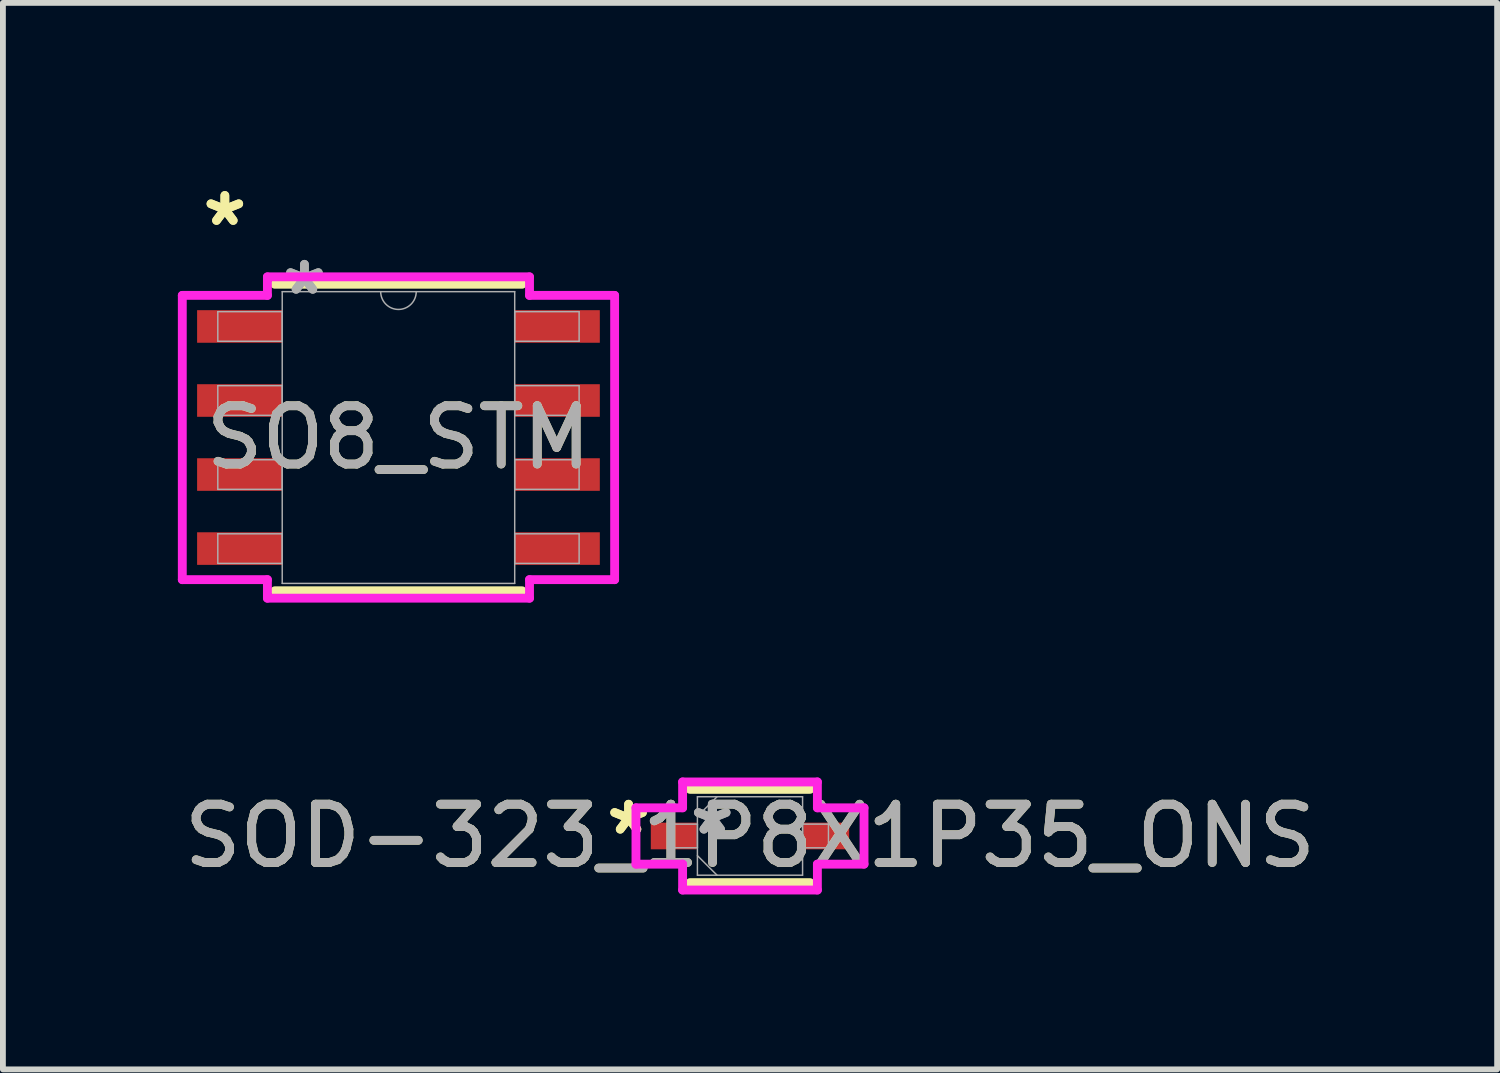
<source format=kicad_pcb>
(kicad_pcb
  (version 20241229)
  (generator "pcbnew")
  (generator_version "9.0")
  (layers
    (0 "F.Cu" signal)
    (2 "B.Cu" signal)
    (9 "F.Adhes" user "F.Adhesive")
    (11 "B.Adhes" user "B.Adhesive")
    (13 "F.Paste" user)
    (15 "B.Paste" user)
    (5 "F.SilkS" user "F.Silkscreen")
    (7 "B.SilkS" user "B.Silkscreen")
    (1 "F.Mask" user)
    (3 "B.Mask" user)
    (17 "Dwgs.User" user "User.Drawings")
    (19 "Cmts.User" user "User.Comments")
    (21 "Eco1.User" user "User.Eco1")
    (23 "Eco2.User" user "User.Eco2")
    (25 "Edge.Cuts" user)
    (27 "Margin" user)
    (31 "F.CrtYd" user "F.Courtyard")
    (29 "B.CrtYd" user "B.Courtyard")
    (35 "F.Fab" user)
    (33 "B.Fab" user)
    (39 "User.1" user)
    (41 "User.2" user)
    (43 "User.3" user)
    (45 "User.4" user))
  (footprint "SO8_STM"
    (layer "F.Cu")
    (at 3.785 4.455)
    (property "Reference" "SO8_STM" (at 0 0 0) (unlocked yes) (layer "F.SilkS") (effects (font (size 1 1) (thickness 0.15))))
    (attr smd)
    (fp_line (start -2.121 2.629) (end 2.121 2.629) (stroke (width 0.152) (type solid)) (layer "F.SilkS"))
    (fp_line (start 2.121 -2.629) (end -2.121 -2.629) (stroke (width 0.152) (type solid)) (layer "F.SilkS"))
    (fp_line (start -3.708 -2.438) (end -2.248 -2.438) (stroke (width 0.152) (type solid)) (layer "F.CrtYd"))
    (fp_line (start -3.708 2.438) (end -3.708 -2.438) (stroke (width 0.152) (type solid)) (layer "F.CrtYd"))
    (fp_line (start -3.708 2.438) (end -2.248 2.438) (stroke (width 0.152) (type solid)) (layer "F.CrtYd"))
    (fp_line (start -2.248 -2.756) (end 2.248 -2.756) (stroke (width 0.152) (type solid)) (layer "F.CrtYd"))
    (fp_line (start -2.248 -2.438) (end -2.248 -2.756) (stroke (width 0.152) (type solid)) (layer "F.CrtYd"))
    (fp_line (start -2.248 2.756) (end -2.248 2.438) (stroke (width 0.152) (type solid)) (layer "F.CrtYd"))
    (fp_line (start 2.248 -2.756) (end 2.248 -2.438) (stroke (width 0.152) (type solid)) (layer "F.CrtYd"))
    (fp_line (start 2.248 2.438) (end 2.248 2.756) (stroke (width 0.152) (type solid)) (layer "F.CrtYd"))
    (fp_line (start 2.248 2.756) (end -2.248 2.756) (stroke (width 0.152) (type solid)) (layer "F.CrtYd"))
    (fp_line (start 3.708 -2.438) (end 2.248 -2.438) (stroke (width 0.152) (type solid)) (layer "F.CrtYd"))
    (fp_line (start 3.708 -2.438) (end 3.708 2.438) (stroke (width 0.152) (type solid)) (layer "F.CrtYd"))
    (fp_line (start 3.708 2.438) (end 2.248 2.438) (stroke (width 0.152) (type solid)) (layer "F.CrtYd"))
    (fp_line (start -3.099 -2.159) (end -3.099 -1.651) (stroke (width 0.025) (type solid)) (layer "F.Fab"))
    (fp_line (start -3.099 -1.651) (end -1.994 -1.651) (stroke (width 0.025) (type solid)) (layer "F.Fab"))
    (fp_line (start -3.099 -0.889) (end -3.099 -0.381) (stroke (width 0.025) (type solid)) (layer "F.Fab"))
    (fp_line (start -3.099 -0.381) (end -1.994 -0.381) (stroke (width 0.025) (type solid)) (layer "F.Fab"))
    (fp_line (start -3.099 0.381) (end -3.099 0.889) (stroke (width 0.025) (type solid)) (layer "F.Fab"))
    (fp_line (start -3.099 0.889) (end -1.994 0.889) (stroke (width 0.025) (type solid)) (layer "F.Fab"))
    (fp_line (start -3.099 1.651) (end -3.099 2.159) (stroke (width 0.025) (type solid)) (layer "F.Fab"))
    (fp_line (start -3.099 2.159) (end -1.994 2.159) (stroke (width 0.025) (type solid)) (layer "F.Fab"))
    (fp_line (start -1.994 -2.502) (end -1.994 2.502) (stroke (width 0.025) (type solid)) (layer "F.Fab"))
    (fp_line (start -1.994 -2.159) (end -3.099 -2.159) (stroke (width 0.025) (type solid)) (layer "F.Fab"))
    (fp_line (start -1.994 -1.651) (end -1.994 -2.159) (stroke (width 0.025) (type solid)) (layer "F.Fab"))
    (fp_line (start -1.994 -0.889) (end -3.099 -0.889) (stroke (width 0.025) (type solid)) (layer "F.Fab"))
    (fp_line (start -1.994 -0.381) (end -1.994 -0.889) (stroke (width 0.025) (type solid)) (layer "F.Fab"))
    (fp_line (start -1.994 0.381) (end -3.099 0.381) (stroke (width 0.025) (type solid)) (layer "F.Fab"))
    (fp_line (start -1.994 0.889) (end -1.994 0.381) (stroke (width 0.025) (type solid)) (layer "F.Fab"))
    (fp_line (start -1.994 1.651) (end -3.099 1.651) (stroke (width 0.025) (type solid)) (layer "F.Fab"))
    (fp_line (start -1.994 2.159) (end -1.994 1.651) (stroke (width 0.025) (type solid)) (layer "F.Fab"))
    (fp_line (start -1.994 2.502) (end 1.994 2.502) (stroke (width 0.025) (type solid)) (layer "F.Fab"))
    (fp_line (start 1.994 -2.502) (end -1.994 -2.502) (stroke (width 0.025) (type solid)) (layer "F.Fab"))
    (fp_line (start 1.994 -2.159) (end 1.994 -1.651) (stroke (width 0.025) (type solid)) (layer "F.Fab"))
    (fp_line (start 1.994 -1.651) (end 3.099 -1.651) (stroke (width 0.025) (type solid)) (layer "F.Fab"))
    (fp_line (start 1.994 -0.889) (end 1.994 -0.381) (stroke (width 0.025) (type solid)) (layer "F.Fab"))
    (fp_line (start 1.994 -0.381) (end 3.099 -0.381) (stroke (width 0.025) (type solid)) (layer "F.Fab"))
    (fp_line (start 1.994 0.381) (end 1.994 0.889) (stroke (width 0.025) (type solid)) (layer "F.Fab"))
    (fp_line (start 1.994 0.889) (end 3.099 0.889) (stroke (width 0.025) (type solid)) (layer "F.Fab"))
    (fp_line (start 1.994 1.651) (end 1.994 2.159) (stroke (width 0.025) (type solid)) (layer "F.Fab"))
    (fp_line (start 1.994 2.159) (end 3.099 2.159) (stroke (width 0.025) (type solid)) (layer "F.Fab"))
    (fp_line (start 1.994 2.502) (end 1.994 -2.502) (stroke (width 0.025) (type solid)) (layer "F.Fab"))
    (fp_line (start 3.099 -2.159) (end 1.994 -2.159) (stroke (width 0.025) (type solid)) (layer "F.Fab"))
    (fp_line (start 3.099 -1.651) (end 3.099 -2.159) (stroke (width 0.025) (type solid)) (layer "F.Fab"))
    (fp_line (start 3.099 -0.889) (end 1.994 -0.889) (stroke (width 0.025) (type solid)) (layer "F.Fab"))
    (fp_line (start 3.099 -0.381) (end 3.099 -0.889) (stroke (width 0.025) (type solid)) (layer "F.Fab"))
    (fp_line (start 3.099 0.381) (end 1.994 0.381) (stroke (width 0.025) (type solid)) (layer "F.Fab"))
    (fp_line (start 3.099 0.889) (end 3.099 0.381) (stroke (width 0.025) (type solid)) (layer "F.Fab"))
    (fp_line (start 3.099 1.651) (end 1.994 1.651) (stroke (width 0.025) (type solid)) (layer "F.Fab"))
    (fp_line (start 3.099 2.159) (end 3.099 1.651) (stroke (width 0.025) (type solid)) (layer "F.Fab"))
    (fp_arc (start 0.3048 -2.5019) (mid 0 -2.1971) (end -0.3048 -2.5019) (stroke (width 0.0254) (type solid)) (layer "F.Fab"))
    (fp_text user "*" (at -2.978 -3.607 0) (layer "F.SilkS") (effects (font (size 1 1) (thickness 0.15))))
    (fp_text user "*" (at -2.978 -3.607 0) (unlocked yes) (layer "F.SilkS") (effects (font (size 1 1) (thickness 0.15))))
    (fp_text user "*" (at -1.613 -2.426 0) (layer "F.Fab") (effects (font (size 1 1) (thickness 0.15))))
    (fp_text user "${REFERENCE}" (at 0 0 0) (unlocked yes) (layer "F.Fab") (effects (font (size 1 1) (thickness 0.15))))
    (fp_text user "*" (at -1.613 -2.426 0) (unlocked yes) (layer "F.Fab") (effects (font (size 1 1) (thickness 0.15))))
    (pad "1" smd rect (at -2.724 -1.905) (size 1.46 0.559) (layers "F.Cu" "F.Mask" "F.Paste"))
    (pad "2" smd rect (at -2.724 -0.635) (size 1.46 0.559) (layers "F.Cu" "F.Mask" "F.Paste"))
    (pad "3" smd rect (at -2.724 0.635) (size 1.46 0.559) (layers "F.Cu" "F.Mask" "F.Paste"))
    (pad "4" smd rect (at -2.724 1.905) (size 1.46 0.559) (layers "F.Cu" "F.Mask" "F.Paste"))
    (pad "5" smd rect (at 2.724 1.905) (size 1.46 0.559) (layers "F.Cu" "F.Mask" "F.Paste"))
    (pad "6" smd rect (at 2.724 0.635) (size 1.46 0.559) (layers "F.Cu" "F.Mask" "F.Paste"))
    (pad "7" smd rect (at 2.724 -0.635) (size 1.46 0.559) (layers "F.Cu" "F.Mask" "F.Paste"))
    (pad "8" smd rect (at 2.724 -1.905) (size 1.46 0.559) (layers "F.Cu" "F.Mask" "F.Paste")))
  (footprint "SOD-323_1P8X1P35_ONS"
    (layer "F.Cu")
    (at 9.815 11.29)
    (property "Reference" "SOD-323_1P8X1P35_ONS" (at 0 0 0) (unlocked yes) (layer "F.SilkS") (effects (font (size 1 1) (thickness 0.15))))
    (attr smd)
    (fp_line (start -1.029 0.8) (end 1.029 0.8) (stroke (width 0.152) (type solid)) (layer "F.SilkS"))
    (fp_line (start 1.029 -0.8) (end -1.029 -0.8) (stroke (width 0.152) (type solid)) (layer "F.SilkS"))
    (fp_line (start -1.956 -0.483) (end -1.156 -0.483) (stroke (width 0.152) (type solid)) (layer "F.CrtYd"))
    (fp_line (start -1.956 0.483) (end -1.956 -0.483) (stroke (width 0.152) (type solid)) (layer "F.CrtYd"))
    (fp_line (start -1.156 -0.927) (end 1.156 -0.927) (stroke (width 0.152) (type solid)) (layer "F.CrtYd"))
    (fp_line (start -1.156 -0.483) (end -1.156 -0.927) (stroke (width 0.152) (type solid)) (layer "F.CrtYd"))
    (fp_line (start -1.156 0.483) (end -1.956 0.483) (stroke (width 0.152) (type solid)) (layer "F.CrtYd"))
    (fp_line (start -1.156 0.927) (end -1.156 0.483) (stroke (width 0.152) (type solid)) (layer "F.CrtYd"))
    (fp_line (start 1.156 -0.927) (end 1.156 -0.483) (stroke (width 0.152) (type solid)) (layer "F.CrtYd"))
    (fp_line (start 1.156 -0.483) (end 1.956 -0.483) (stroke (width 0.152) (type solid)) (layer "F.CrtYd"))
    (fp_line (start 1.156 0.483) (end 1.156 0.927) (stroke (width 0.152) (type solid)) (layer "F.CrtYd"))
    (fp_line (start 1.156 0.927) (end -1.156 0.927) (stroke (width 0.152) (type solid)) (layer "F.CrtYd"))
    (fp_line (start 1.956 -0.483) (end 1.956 0.483) (stroke (width 0.152) (type solid)) (layer "F.CrtYd"))
    (fp_line (start 1.956 0.483) (end 1.156 0.483) (stroke (width 0.152) (type solid)) (layer "F.CrtYd"))
    (fp_line (start -1.346 -0.203) (end -1.346 0.203) (stroke (width 0.025) (type solid)) (layer "F.Fab"))
    (fp_line (start -1.346 0.203) (end -0.902 0.203) (stroke (width 0.025) (type solid)) (layer "F.Fab"))
    (fp_line (start -0.902 -0.673) (end -0.902 0.673) (stroke (width 0.025) (type solid)) (layer "F.Fab"))
    (fp_line (start -0.902 -0.337) (end -0.565 -0.673) (stroke (width 0.025) (type solid)) (layer "F.Fab"))
    (fp_line (start -0.902 -0.203) (end -1.346 -0.203) (stroke (width 0.025) (type solid)) (layer "F.Fab"))
    (fp_line (start -0.902 0.203) (end -0.902 -0.203) (stroke (width 0.025) (type solid)) (layer "F.Fab"))
    (fp_line (start -0.902 0.337) (end -0.565 0.673) (stroke (width 0.025) (type solid)) (layer "F.Fab"))
    (fp_line (start -0.902 0.673) (end 0.902 0.673) (stroke (width 0.025) (type solid)) (layer "F.Fab"))
    (fp_line (start 0.902 -0.673) (end -0.902 -0.673) (stroke (width 0.025) (type solid)) (layer "F.Fab"))
    (fp_line (start 0.902 -0.203) (end 0.902 0.203) (stroke (width 0.025) (type solid)) (layer "F.Fab"))
    (fp_line (start 0.902 0.203) (end 1.346 0.203) (stroke (width 0.025) (type solid)) (layer "F.Fab"))
    (fp_line (start 0.902 0.673) (end 0.902 -0.673) (stroke (width 0.025) (type solid)) (layer "F.Fab"))
    (fp_line (start 1.346 -0.203) (end 0.902 -0.203) (stroke (width 0.025) (type solid)) (layer "F.Fab"))
    (fp_line (start 1.346 0.203) (end 1.346 -0.203) (stroke (width 0.025) (type solid)) (layer "F.Fab"))
    (fp_text user "*" (at -2.083 0 0) (layer "F.SilkS") (effects (font (size 1 1) (thickness 0.15))))
    (fp_text user "*" (at -2.083 0 0) (unlocked yes) (layer "F.SilkS") (effects (font (size 1 1) (thickness 0.15))))
    (fp_text user "*" (at -0.648 0 0) (unlocked yes) (layer "F.Fab") (effects (font (size 1 1) (thickness 0.15))))
    (fp_text user "${REFERENCE}" (at 0 0 0) (unlocked yes) (layer "F.Fab") (effects (font (size 1 1) (thickness 0.15))))
    (fp_text user "*" (at -0.648 0 0) (layer "F.Fab") (effects (font (size 1 1) (thickness 0.15))))
    (pad "1" smd rect (at -1.308 0) (size 0.787 0.457) (layers "F.Cu" "F.Mask" "F.Paste"))
    (pad "2" smd rect (at 1.308 0) (size 0.787 0.457) (layers "F.Cu" "F.Mask" "F.Paste")))
  (gr_rect
    (start -3 -3)
    (end 22.631 15.294)
    (stroke (width 0.1) (type default))
    (fill no)
    (layer "Edge.Cuts")))
</source>
